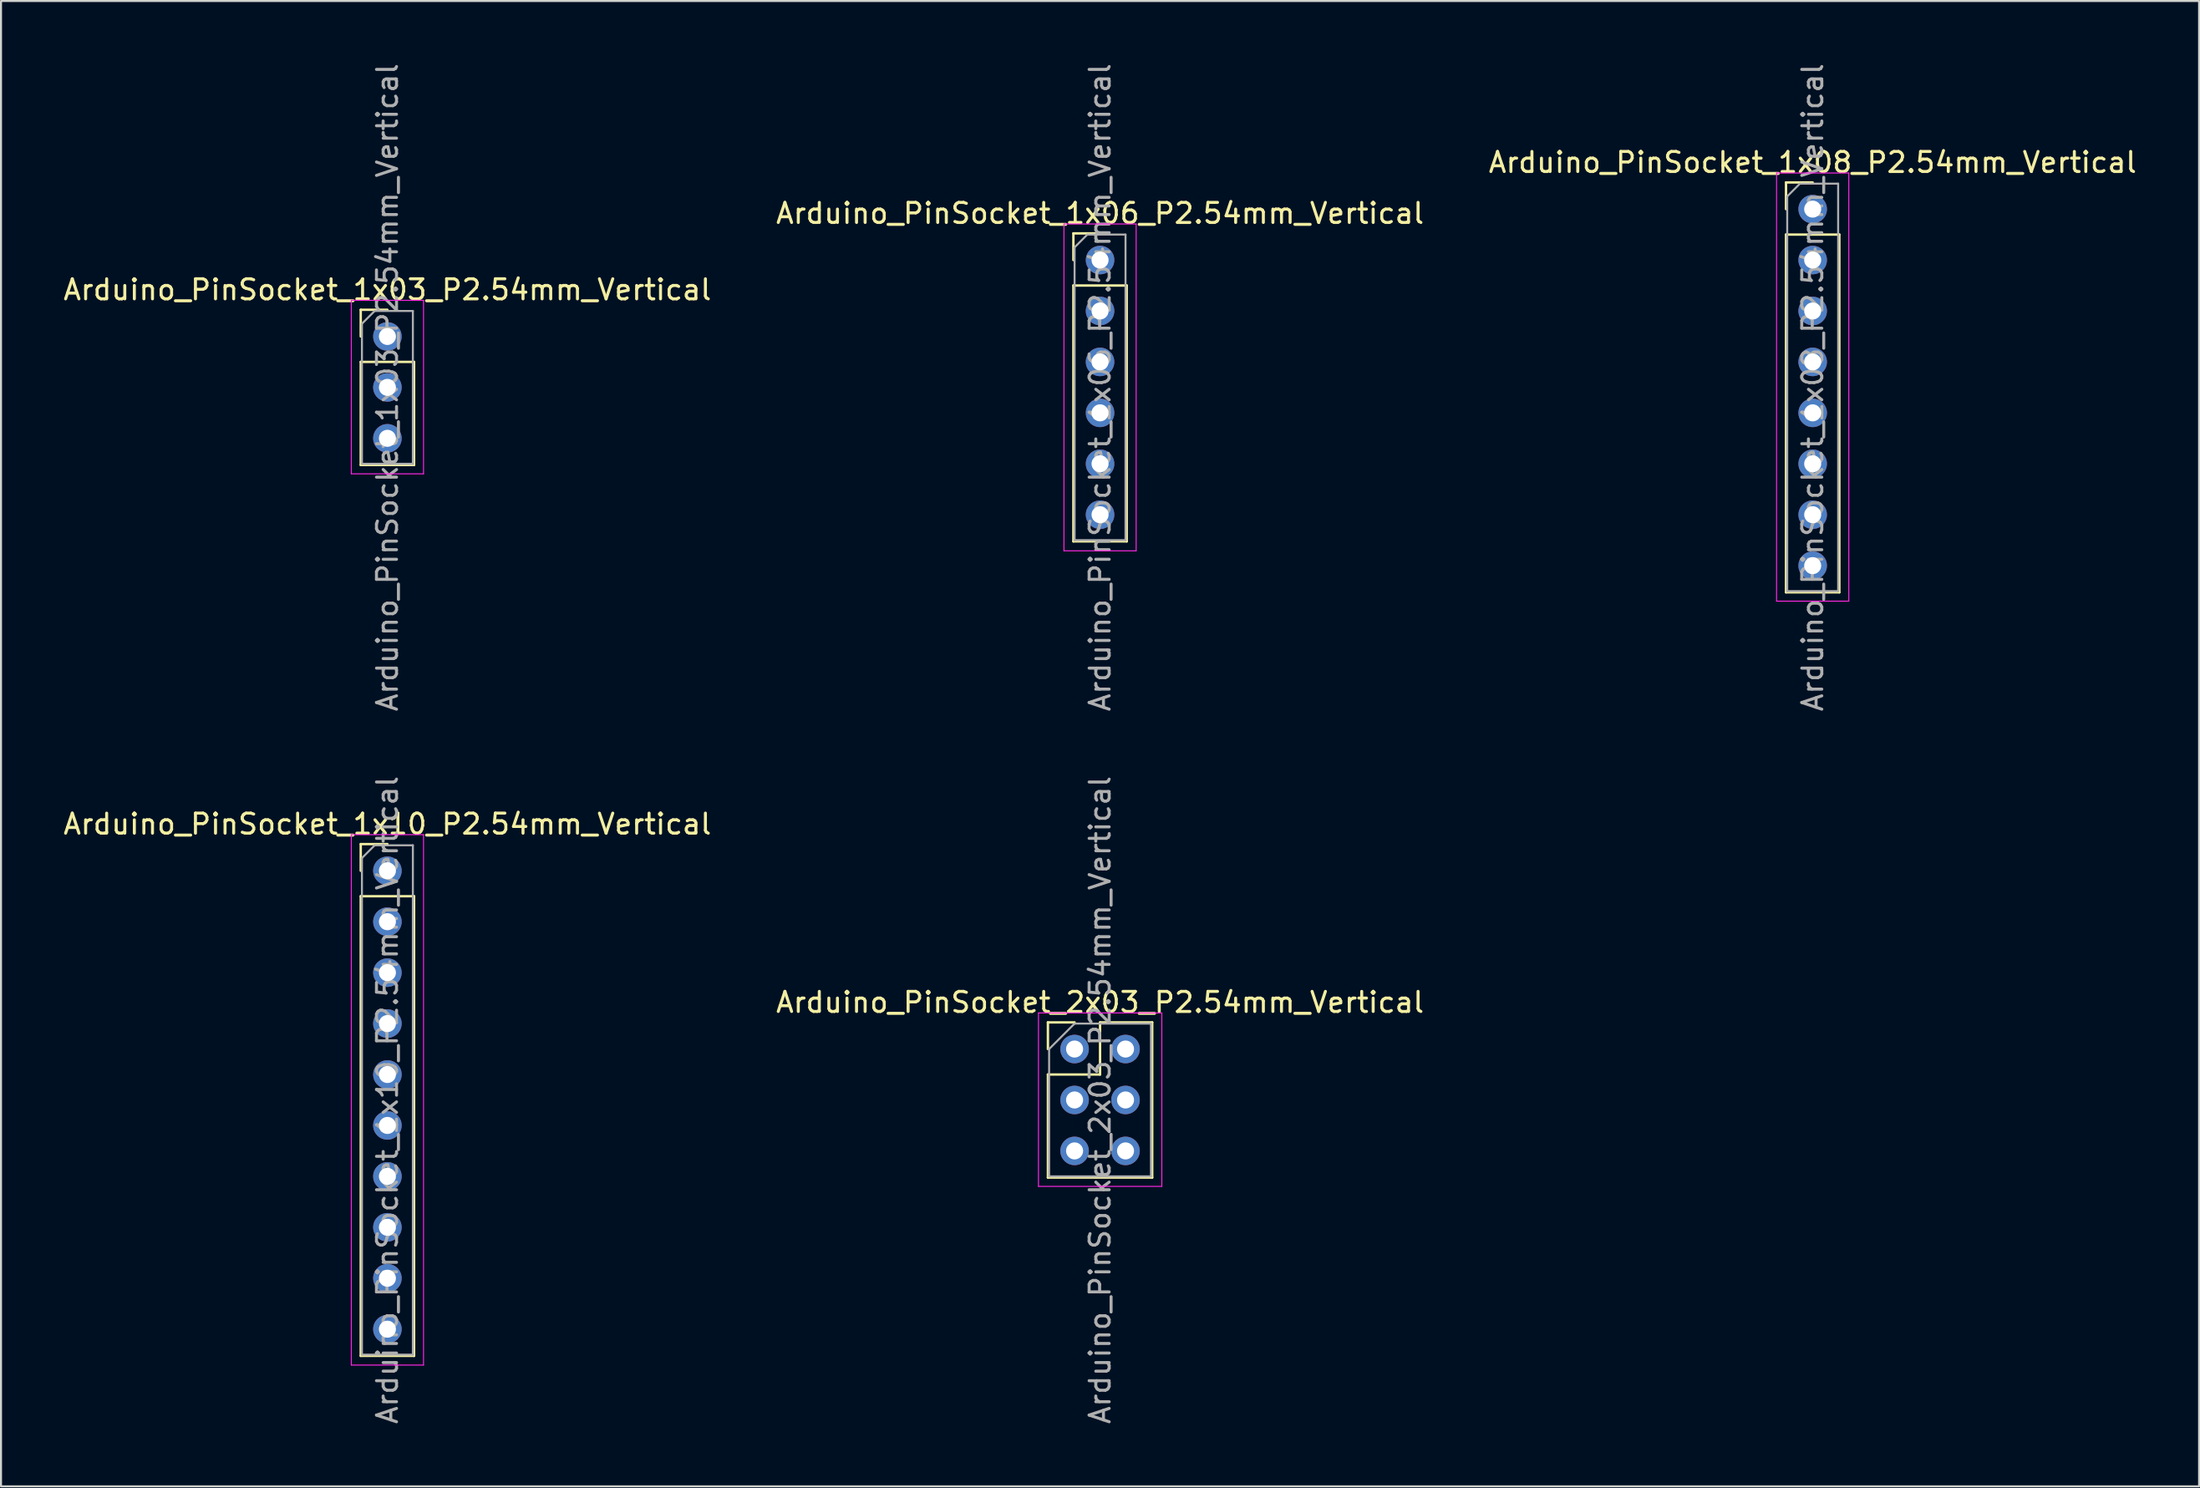
<source format=kicad_pcb>
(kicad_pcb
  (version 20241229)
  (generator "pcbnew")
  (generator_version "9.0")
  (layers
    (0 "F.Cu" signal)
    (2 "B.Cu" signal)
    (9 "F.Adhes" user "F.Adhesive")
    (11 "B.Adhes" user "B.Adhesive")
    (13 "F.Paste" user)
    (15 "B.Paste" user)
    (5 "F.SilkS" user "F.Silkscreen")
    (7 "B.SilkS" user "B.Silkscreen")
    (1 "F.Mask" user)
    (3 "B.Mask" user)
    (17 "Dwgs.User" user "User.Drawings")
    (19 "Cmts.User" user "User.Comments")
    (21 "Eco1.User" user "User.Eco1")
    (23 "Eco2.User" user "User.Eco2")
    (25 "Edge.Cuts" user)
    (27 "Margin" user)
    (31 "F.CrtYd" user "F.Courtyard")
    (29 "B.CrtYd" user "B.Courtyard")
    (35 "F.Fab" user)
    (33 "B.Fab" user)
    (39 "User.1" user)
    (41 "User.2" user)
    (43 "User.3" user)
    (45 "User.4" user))
  (footprint "Arduino_PinSocket_2x03_P2.54mm_Vertical"
    (layer "F.Cu")
    (at 50.534 49.264)
    (property "Reference" "Arduino_PinSocket_2x03_P2.54mm_Vertical" (at 1.27 -2.33 0) (layer "F.SilkS") (effects (font (size 1 1) (thickness 0.15))))
    (attr through_hole)
    (fp_line (start -1.33 -1.33) (end 0 -1.33) (stroke (width 0.12) (type solid)) (layer "F.SilkS"))
    (fp_line (start -1.33 0) (end -1.33 -1.33) (stroke (width 0.12) (type solid)) (layer "F.SilkS"))
    (fp_line (start -1.33 1.27) (end -1.33 6.41) (stroke (width 0.12) (type solid)) (layer "F.SilkS"))
    (fp_line (start -1.33 1.27) (end 1.27 1.27) (stroke (width 0.12) (type solid)) (layer "F.SilkS"))
    (fp_line (start -1.33 6.41) (end 3.87 6.41) (stroke (width 0.12) (type solid)) (layer "F.SilkS"))
    (fp_line (start 1.27 -1.33) (end 3.87 -1.33) (stroke (width 0.12) (type solid)) (layer "F.SilkS"))
    (fp_line (start 1.27 1.27) (end 1.27 -1.33) (stroke (width 0.12) (type solid)) (layer "F.SilkS"))
    (fp_line (start 3.87 -1.33) (end 3.87 6.41) (stroke (width 0.12) (type solid)) (layer "F.SilkS"))
    (fp_line (start -1.8 -1.8) (end -1.8 6.85) (stroke (width 0.05) (type solid)) (layer "F.CrtYd"))
    (fp_line (start -1.8 6.85) (end 4.35 6.85) (stroke (width 0.05) (type solid)) (layer "F.CrtYd"))
    (fp_line (start 4.35 -1.8) (end -1.8 -1.8) (stroke (width 0.05) (type solid)) (layer "F.CrtYd"))
    (fp_line (start 4.35 6.85) (end 4.35 -1.8) (stroke (width 0.05) (type solid)) (layer "F.CrtYd"))
    (fp_line (start -1.27 0) (end 0 -1.27) (stroke (width 0.1) (type solid)) (layer "F.Fab"))
    (fp_line (start -1.27 6.35) (end -1.27 0) (stroke (width 0.1) (type solid)) (layer "F.Fab"))
    (fp_line (start 0 -1.27) (end 3.81 -1.27) (stroke (width 0.1) (type solid)) (layer "F.Fab"))
    (fp_line (start 3.81 -1.27) (end 3.81 6.35) (stroke (width 0.1) (type solid)) (layer "F.Fab"))
    (fp_line (start 3.81 6.35) (end -1.27 6.35) (stroke (width 0.1) (type solid)) (layer "F.Fab"))
    (fp_text user "${REFERENCE}" (at 1.27 2.54 90) (layer "F.Fab") (effects (font (size 1 1) (thickness 0.15))))
    (pad "1" thru_hole circle (at 0 0) (size 1.422 1.422) (drill 0.85) (layers "*.Cu" "*.Mask"))
    (pad "2" thru_hole circle (at 2.54 0) (size 1.422 1.422) (drill 0.85) (layers "*.Cu" "*.Mask"))
    (pad "3" thru_hole circle (at 0 2.54) (size 1.422 1.422) (drill 0.85) (layers "*.Cu" "*.Mask"))
    (pad "4" thru_hole circle (at 2.54 2.54) (size 1.422 1.422) (drill 0.85) (layers "*.Cu" "*.Mask"))
    (pad "5" thru_hole circle (at 0 5.08) (size 1.422 1.422) (drill 0.85) (layers "*.Cu" "*.Mask"))
    (pad "6" thru_hole circle (at 2.54 5.08) (size 1.422 1.422) (drill 0.85) (layers "*.Cu" "*.Mask")))
  (footprint "Arduino_PinSocket_1x03_P2.54mm_Vertical"
    (layer "F.Cu")
    (at 16.268 13.728)
    (property "Reference" "Arduino_PinSocket_1x03_P2.54mm_Vertical" (at 0 -2.33 0) (layer "F.SilkS") (effects (font (size 1 1) (thickness 0.15))))
    (attr through_hole)
    (fp_line (start -1.33 -1.33) (end 0 -1.33) (stroke (width 0.12) (type solid)) (layer "F.SilkS"))
    (fp_line (start -1.33 0) (end -1.33 -1.33) (stroke (width 0.12) (type solid)) (layer "F.SilkS"))
    (fp_line (start -1.33 1.27) (end -1.33 6.41) (stroke (width 0.12) (type solid)) (layer "F.SilkS"))
    (fp_line (start -1.33 1.27) (end 1.33 1.27) (stroke (width 0.12) (type solid)) (layer "F.SilkS"))
    (fp_line (start -1.33 6.41) (end 1.33 6.41) (stroke (width 0.12) (type solid)) (layer "F.SilkS"))
    (fp_line (start 1.33 1.27) (end 1.33 6.41) (stroke (width 0.12) (type solid)) (layer "F.SilkS"))
    (fp_line (start -1.8 -1.8) (end -1.8 6.85) (stroke (width 0.05) (type solid)) (layer "F.CrtYd"))
    (fp_line (start -1.8 6.85) (end 1.8 6.85) (stroke (width 0.05) (type solid)) (layer "F.CrtYd"))
    (fp_line (start 1.8 -1.8) (end -1.8 -1.8) (stroke (width 0.05) (type solid)) (layer "F.CrtYd"))
    (fp_line (start 1.8 6.85) (end 1.8 -1.8) (stroke (width 0.05) (type solid)) (layer "F.CrtYd"))
    (fp_line (start -1.27 -0.635) (end -0.635 -1.27) (stroke (width 0.1) (type solid)) (layer "F.Fab"))
    (fp_line (start -1.27 6.35) (end -1.27 -0.635) (stroke (width 0.1) (type solid)) (layer "F.Fab"))
    (fp_line (start -0.635 -1.27) (end 1.27 -1.27) (stroke (width 0.1) (type solid)) (layer "F.Fab"))
    (fp_line (start 1.27 -1.27) (end 1.27 6.35) (stroke (width 0.1) (type solid)) (layer "F.Fab"))
    (fp_line (start 1.27 6.35) (end -1.27 6.35) (stroke (width 0.1) (type solid)) (layer "F.Fab"))
    (fp_text user "${REFERENCE}" (at 0 2.54 90) (layer "F.Fab") (effects (font (size 1 1) (thickness 0.15))))
    (pad "1" thru_hole circle (at 0 0) (size 1.422 1.422) (drill 0.85) (layers "*.Cu" "*.Mask"))
    (pad "2" thru_hole circle (at 0 2.54) (size 1.422 1.422) (drill 0.85) (layers "*.Cu" "*.Mask"))
    (pad "3" thru_hole circle (at 0 5.08) (size 1.422 1.422) (drill 0.85) (layers "*.Cu" "*.Mask")))
  (footprint "Arduino_PinSocket_1x06_P2.54mm_Vertical"
    (layer "F.Cu")
    (at 51.804 9.918)
    (property "Reference" "Arduino_PinSocket_1x06_P2.54mm_Vertical" (at 0 -2.33 0) (layer "F.SilkS") (effects (font (size 1 1) (thickness 0.15))))
    (attr through_hole)
    (fp_line (start -1.33 -1.33) (end 0 -1.33) (stroke (width 0.12) (type solid)) (layer "F.SilkS"))
    (fp_line (start -1.33 0) (end -1.33 -1.33) (stroke (width 0.12) (type solid)) (layer "F.SilkS"))
    (fp_line (start -1.33 1.27) (end -1.33 14.03) (stroke (width 0.12) (type solid)) (layer "F.SilkS"))
    (fp_line (start -1.33 1.27) (end 1.33 1.27) (stroke (width 0.12) (type solid)) (layer "F.SilkS"))
    (fp_line (start -1.33 14.03) (end 1.33 14.03) (stroke (width 0.12) (type solid)) (layer "F.SilkS"))
    (fp_line (start 1.33 1.27) (end 1.33 14.03) (stroke (width 0.12) (type solid)) (layer "F.SilkS"))
    (fp_line (start -1.8 -1.8) (end -1.8 14.5) (stroke (width 0.05) (type solid)) (layer "F.CrtYd"))
    (fp_line (start -1.8 14.5) (end 1.8 14.5) (stroke (width 0.05) (type solid)) (layer "F.CrtYd"))
    (fp_line (start 1.8 -1.8) (end -1.8 -1.8) (stroke (width 0.05) (type solid)) (layer "F.CrtYd"))
    (fp_line (start 1.8 14.5) (end 1.8 -1.8) (stroke (width 0.05) (type solid)) (layer "F.CrtYd"))
    (fp_line (start -1.27 -0.635) (end -0.635 -1.27) (stroke (width 0.1) (type solid)) (layer "F.Fab"))
    (fp_line (start -1.27 13.97) (end -1.27 -0.635) (stroke (width 0.1) (type solid)) (layer "F.Fab"))
    (fp_line (start -0.635 -1.27) (end 1.27 -1.27) (stroke (width 0.1) (type solid)) (layer "F.Fab"))
    (fp_line (start 1.27 -1.27) (end 1.27 13.97) (stroke (width 0.1) (type solid)) (layer "F.Fab"))
    (fp_line (start 1.27 13.97) (end -1.27 13.97) (stroke (width 0.1) (type solid)) (layer "F.Fab"))
    (fp_text user "${REFERENCE}" (at 0 6.35 90) (layer "F.Fab") (effects (font (size 1 1) (thickness 0.15))))
    (pad "1" thru_hole circle (at 0 0) (size 1.422 1.422) (drill 0.85) (layers "*.Cu" "*.Mask"))
    (pad "2" thru_hole circle (at 0 2.54) (size 1.422 1.422) (drill 0.85) (layers "*.Cu" "*.Mask"))
    (pad "3" thru_hole circle (at 0 5.08) (size 1.422 1.422) (drill 0.85) (layers "*.Cu" "*.Mask"))
    (pad "4" thru_hole circle (at 0 7.62) (size 1.422 1.422) (drill 0.85) (layers "*.Cu" "*.Mask"))
    (pad "5" thru_hole circle (at 0 10.16) (size 1.422 1.422) (drill 0.85) (layers "*.Cu" "*.Mask"))
    (pad "6" thru_hole circle (at 0 12.7) (size 1.422 1.422) (drill 0.85) (layers "*.Cu" "*.Mask")))
  (footprint "Arduino_PinSocket_1x08_P2.54mm_Vertical"
    (layer "F.Cu")
    (at 87.339 7.378)
    (property "Reference" "Arduino_PinSocket_1x08_P2.54mm_Vertical" (at 0 -2.33 0) (layer "F.SilkS") (effects (font (size 1 1) (thickness 0.15))))
    (attr through_hole)
    (fp_line (start -1.33 -1.33) (end 0 -1.33) (stroke (width 0.12) (type solid)) (layer "F.SilkS"))
    (fp_line (start -1.33 0) (end -1.33 -1.33) (stroke (width 0.12) (type solid)) (layer "F.SilkS"))
    (fp_line (start -1.33 1.27) (end -1.33 19.11) (stroke (width 0.12) (type solid)) (layer "F.SilkS"))
    (fp_line (start -1.33 1.27) (end 1.33 1.27) (stroke (width 0.12) (type solid)) (layer "F.SilkS"))
    (fp_line (start -1.33 19.11) (end 1.33 19.11) (stroke (width 0.12) (type solid)) (layer "F.SilkS"))
    (fp_line (start 1.33 1.27) (end 1.33 19.11) (stroke (width 0.12) (type solid)) (layer "F.SilkS"))
    (fp_line (start -1.8 -1.8) (end -1.8 19.55) (stroke (width 0.05) (type solid)) (layer "F.CrtYd"))
    (fp_line (start -1.8 19.55) (end 1.8 19.55) (stroke (width 0.05) (type solid)) (layer "F.CrtYd"))
    (fp_line (start 1.8 -1.8) (end -1.8 -1.8) (stroke (width 0.05) (type solid)) (layer "F.CrtYd"))
    (fp_line (start 1.8 19.55) (end 1.8 -1.8) (stroke (width 0.05) (type solid)) (layer "F.CrtYd"))
    (fp_line (start -1.27 -0.635) (end -0.635 -1.27) (stroke (width 0.1) (type solid)) (layer "F.Fab"))
    (fp_line (start -1.27 19.05) (end -1.27 -0.635) (stroke (width 0.1) (type solid)) (layer "F.Fab"))
    (fp_line (start -0.635 -1.27) (end 1.27 -1.27) (stroke (width 0.1) (type solid)) (layer "F.Fab"))
    (fp_line (start 1.27 -1.27) (end 1.27 19.05) (stroke (width 0.1) (type solid)) (layer "F.Fab"))
    (fp_line (start 1.27 19.05) (end -1.27 19.05) (stroke (width 0.1) (type solid)) (layer "F.Fab"))
    (fp_text user "${REFERENCE}" (at 0 8.89 90) (layer "F.Fab") (effects (font (size 1 1) (thickness 0.15))))
    (pad "1" thru_hole circle (at 0 0) (size 1.422 1.422) (drill 0.85) (layers "*.Cu" "*.Mask"))
    (pad "2" thru_hole circle (at 0 2.54) (size 1.422 1.422) (drill 0.85) (layers "*.Cu" "*.Mask"))
    (pad "3" thru_hole circle (at 0 5.08) (size 1.422 1.422) (drill 0.85) (layers "*.Cu" "*.Mask"))
    (pad "4" thru_hole circle (at 0 7.62) (size 1.422 1.422) (drill 0.85) (layers "*.Cu" "*.Mask"))
    (pad "5" thru_hole circle (at 0 10.16) (size 1.422 1.422) (drill 0.85) (layers "*.Cu" "*.Mask"))
    (pad "6" thru_hole circle (at 0 12.7) (size 1.422 1.422) (drill 0.85) (layers "*.Cu" "*.Mask"))
    (pad "7" thru_hole circle (at 0 15.24) (size 1.422 1.422) (drill 0.85) (layers "*.Cu" "*.Mask"))
    (pad "8" thru_hole circle (at 0 17.78) (size 1.422 1.422) (drill 0.85) (layers "*.Cu" "*.Mask")))
  (footprint "Arduino_PinSocket_1x10_P2.54mm_Vertical"
    (layer "F.Cu")
    (at 16.268 40.374)
    (property "Reference" "Arduino_PinSocket_1x10_P2.54mm_Vertical" (at 0 -2.33 0) (layer "F.SilkS") (effects (font (size 1 1) (thickness 0.15))))
    (attr through_hole)
    (fp_line (start -1.33 -1.33) (end 0 -1.33) (stroke (width 0.12) (type solid)) (layer "F.SilkS"))
    (fp_line (start -1.33 0) (end -1.33 -1.33) (stroke (width 0.12) (type solid)) (layer "F.SilkS"))
    (fp_line (start -1.33 1.27) (end -1.33 24.19) (stroke (width 0.12) (type solid)) (layer "F.SilkS"))
    (fp_line (start -1.33 1.27) (end 1.33 1.27) (stroke (width 0.12) (type solid)) (layer "F.SilkS"))
    (fp_line (start -1.33 24.19) (end 1.33 24.19) (stroke (width 0.12) (type solid)) (layer "F.SilkS"))
    (fp_line (start 1.33 1.27) (end 1.33 24.19) (stroke (width 0.12) (type solid)) (layer "F.SilkS"))
    (fp_line (start -1.8 -1.8) (end -1.8 24.65) (stroke (width 0.05) (type solid)) (layer "F.CrtYd"))
    (fp_line (start -1.8 24.65) (end 1.8 24.65) (stroke (width 0.05) (type solid)) (layer "F.CrtYd"))
    (fp_line (start 1.8 -1.8) (end -1.8 -1.8) (stroke (width 0.05) (type solid)) (layer "F.CrtYd"))
    (fp_line (start 1.8 24.65) (end 1.8 -1.8) (stroke (width 0.05) (type solid)) (layer "F.CrtYd"))
    (fp_line (start -1.27 -0.635) (end -0.635 -1.27) (stroke (width 0.1) (type solid)) (layer "F.Fab"))
    (fp_line (start -1.27 24.13) (end -1.27 -0.635) (stroke (width 0.1) (type solid)) (layer "F.Fab"))
    (fp_line (start -0.635 -1.27) (end 1.27 -1.27) (stroke (width 0.1) (type solid)) (layer "F.Fab"))
    (fp_line (start 1.27 -1.27) (end 1.27 24.13) (stroke (width 0.1) (type solid)) (layer "F.Fab"))
    (fp_line (start 1.27 24.13) (end -1.27 24.13) (stroke (width 0.1) (type solid)) (layer "F.Fab"))
    (fp_text user "${REFERENCE}" (at 0 11.43 90) (layer "F.Fab") (effects (font (size 1 1) (thickness 0.15))))
    (pad "1" thru_hole circle (at 0 0) (size 1.422 1.422) (drill 0.85) (layers "*.Cu" "*.Mask"))
    (pad "2" thru_hole circle (at 0 2.54) (size 1.422 1.422) (drill 0.85) (layers "*.Cu" "*.Mask"))
    (pad "3" thru_hole circle (at 0 5.08) (size 1.422 1.422) (drill 0.85) (layers "*.Cu" "*.Mask"))
    (pad "4" thru_hole circle (at 0 7.62) (size 1.422 1.422) (drill 0.85) (layers "*.Cu" "*.Mask"))
    (pad "5" thru_hole circle (at 0 10.16) (size 1.422 1.422) (drill 0.85) (layers "*.Cu" "*.Mask"))
    (pad "6" thru_hole circle (at 0 12.7) (size 1.422 1.422) (drill 0.85) (layers "*.Cu" "*.Mask"))
    (pad "7" thru_hole circle (at 0 15.24) (size 1.422 1.422) (drill 0.85) (layers "*.Cu" "*.Mask"))
    (pad "8" thru_hole circle (at 0 17.78) (size 1.422 1.422) (drill 0.85) (layers "*.Cu" "*.Mask"))
    (pad "9" thru_hole circle (at 0 20.32) (size 1.422 1.422) (drill 0.85) (layers "*.Cu" "*.Mask"))
    (pad "10" thru_hole circle (at 0 22.86) (size 1.422 1.422) (drill 0.85) (layers "*.Cu" "*.Mask")))
  (gr_rect
    (start -3 -3)
    (end 106.607 71.071)
    (stroke (width 0.1) (type default))
    (fill no)
    (layer "Edge.Cuts")))
</source>
